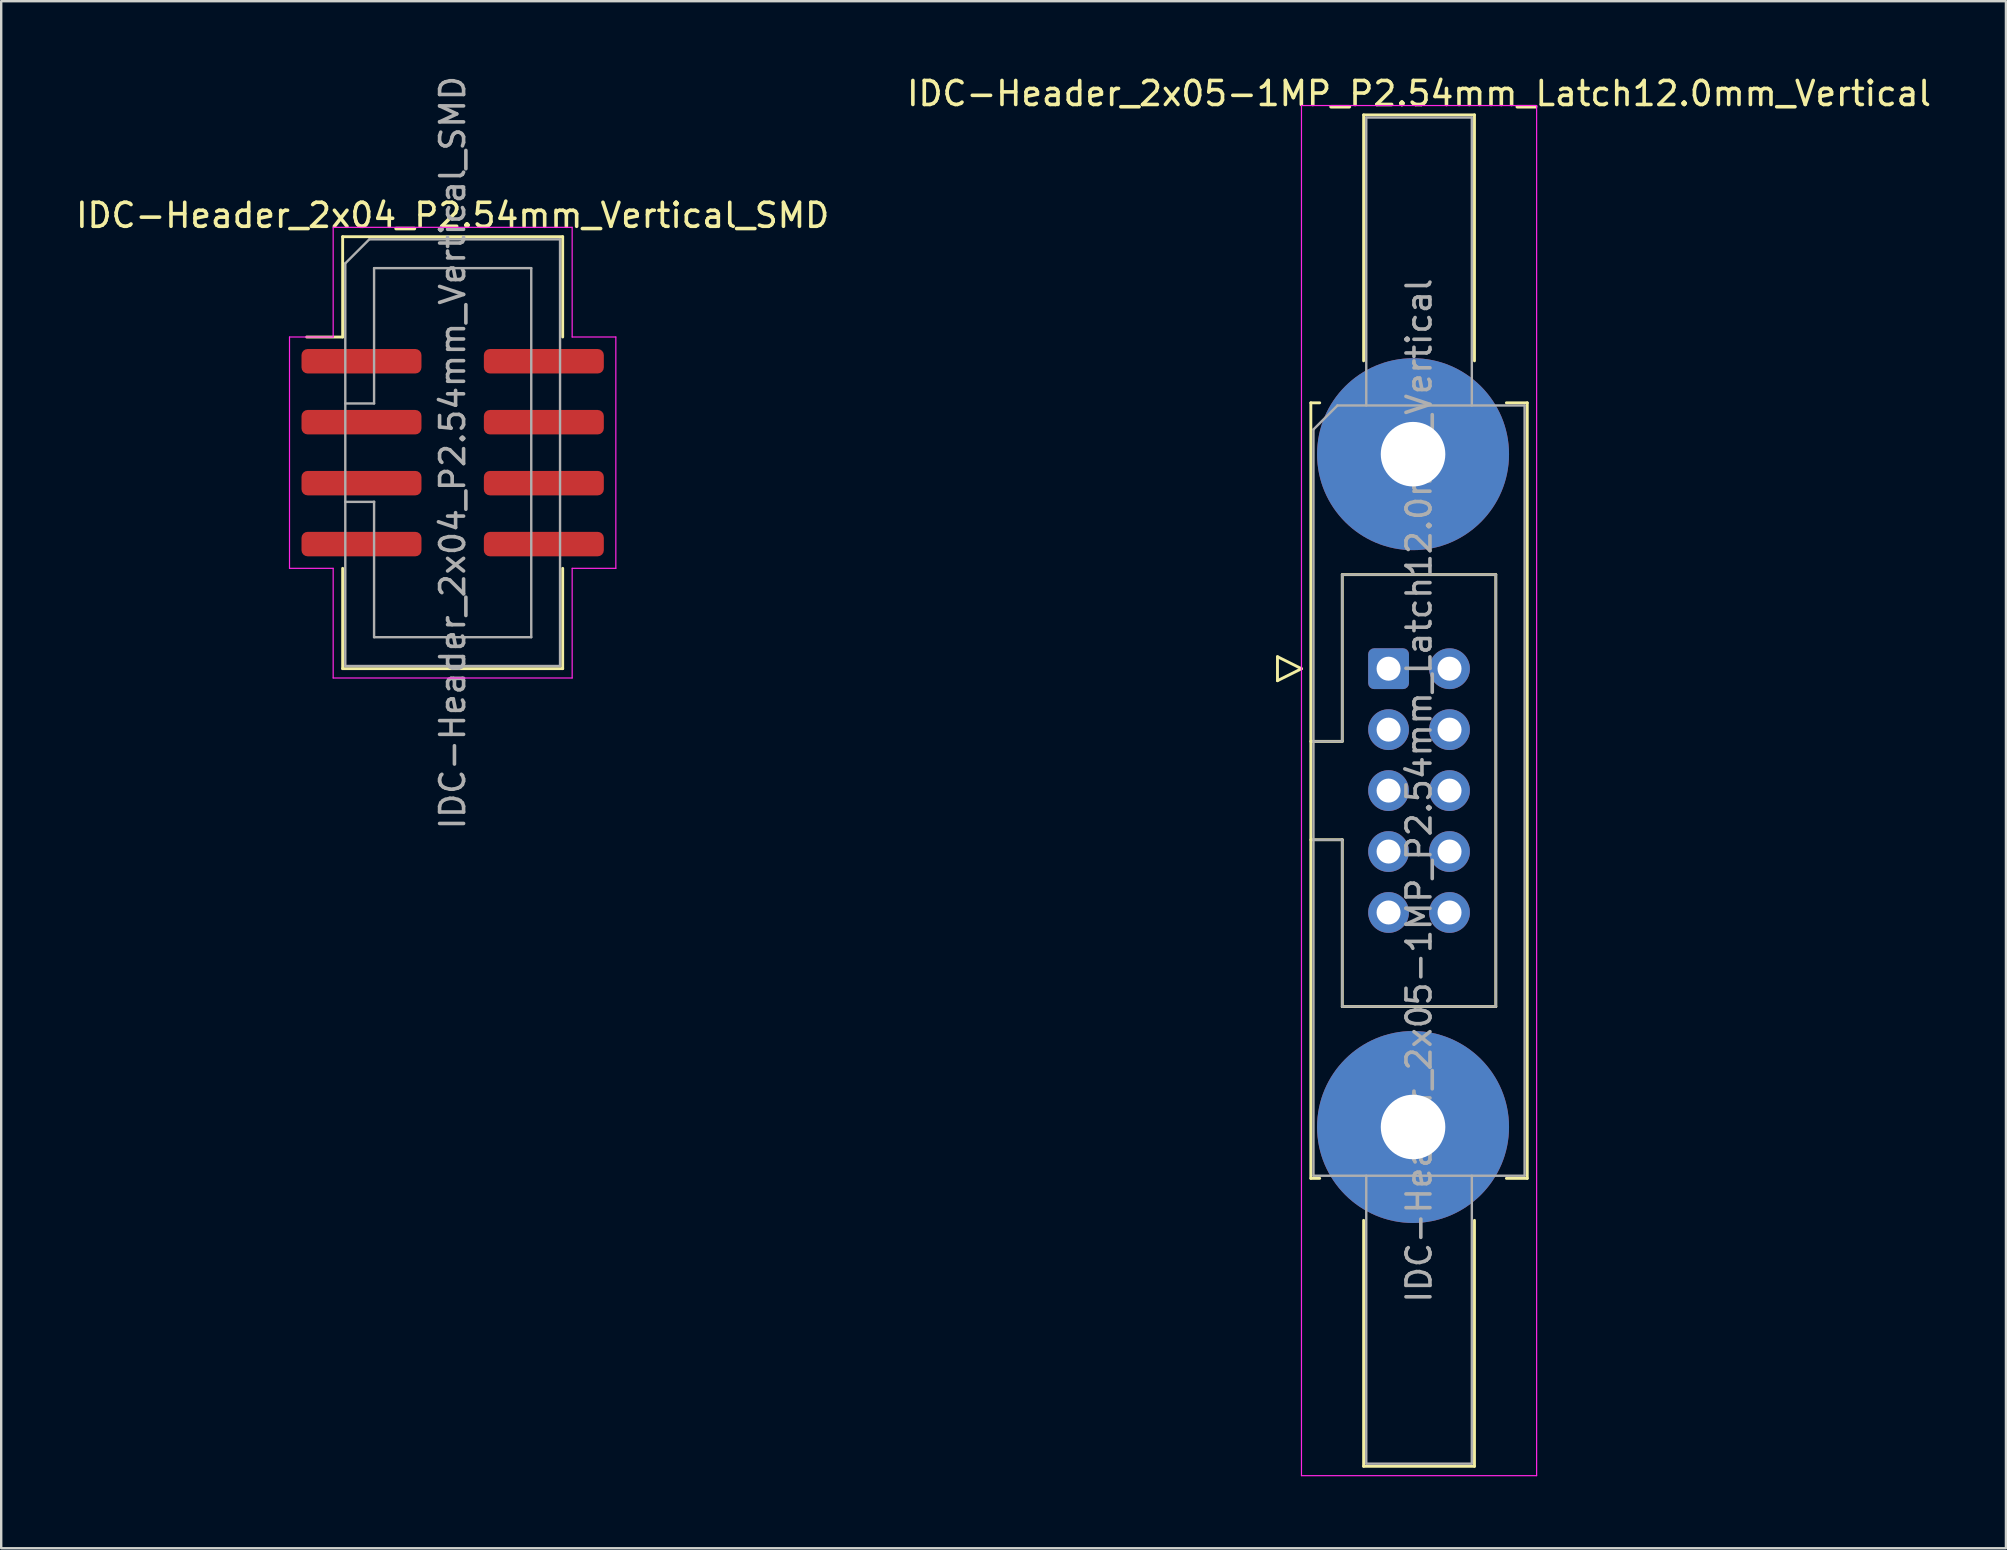
<source format=kicad_pcb>
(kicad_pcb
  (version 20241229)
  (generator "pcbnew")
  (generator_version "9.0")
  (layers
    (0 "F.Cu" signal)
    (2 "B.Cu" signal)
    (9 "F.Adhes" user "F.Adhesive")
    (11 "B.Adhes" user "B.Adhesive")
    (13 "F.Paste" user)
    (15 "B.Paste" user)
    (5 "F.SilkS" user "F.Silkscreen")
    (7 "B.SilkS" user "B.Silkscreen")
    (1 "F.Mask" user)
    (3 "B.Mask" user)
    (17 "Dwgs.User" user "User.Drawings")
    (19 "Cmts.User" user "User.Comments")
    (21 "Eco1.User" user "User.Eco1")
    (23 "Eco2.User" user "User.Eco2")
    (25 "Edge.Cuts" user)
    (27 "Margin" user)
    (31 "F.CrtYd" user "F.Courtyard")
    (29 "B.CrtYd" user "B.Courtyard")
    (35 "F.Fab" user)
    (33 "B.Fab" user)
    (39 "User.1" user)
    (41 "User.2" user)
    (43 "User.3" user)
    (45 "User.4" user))
  (footprint "IDC-Header_2x05-1MP_P2.54mm_Latch12.0mm_Vertical"
    (layer "F.Cu")
    (at 54.819 24.818)
    (property "Reference" "IDC-Header_2x05-1MP_P2.54mm_Latch12.0mm_Vertical" (at 1.27 -23.97 0) (layer "F.SilkS") (effects (font (size 1 1) (thickness 0.15))))
    (attr through_hole)
    (fp_line (start -4.63 -0.5) (end -4.63 0.5) (stroke (width 0.12) (type solid)) (layer "F.SilkS"))
    (fp_line (start -4.63 0.5) (end -3.63 0) (stroke (width 0.12) (type solid)) (layer "F.SilkS"))
    (fp_line (start -3.63 0) (end -4.63 -0.5) (stroke (width 0.12) (type solid)) (layer "F.SilkS"))
    (fp_line (start -3.24 -11.08) (end -3.24 21.24) (stroke (width 0.12) (type solid)) (layer "F.SilkS"))
    (fp_line (start -3.24 3.03) (end -1.93 3.03) (stroke (width 0.12) (type solid)) (layer "F.SilkS"))
    (fp_line (start -3.24 21.24) (end -2.87 21.24) (stroke (width 0.12) (type solid)) (layer "F.SilkS"))
    (fp_line (start -2.87 -11.08) (end -3.24 -11.08) (stroke (width 0.12) (type solid)) (layer "F.SilkS"))
    (fp_line (start -1.93 -3.92) (end 4.47 -3.92) (stroke (width 0.12) (type solid)) (layer "F.SilkS"))
    (fp_line (start -1.93 3.03) (end -1.93 -3.92) (stroke (width 0.12) (type solid)) (layer "F.SilkS"))
    (fp_line (start -1.93 7.13) (end -3.24 7.13) (stroke (width 0.12) (type solid)) (layer "F.SilkS"))
    (fp_line (start -1.93 7.13) (end -1.93 7.13) (stroke (width 0.12) (type solid)) (layer "F.SilkS"))
    (fp_line (start -1.93 14.08) (end -1.93 7.13) (stroke (width 0.12) (type solid)) (layer "F.SilkS"))
    (fp_line (start -1.04 -23.08) (end 3.58 -23.08) (stroke (width 0.12) (type solid)) (layer "F.SilkS"))
    (fp_line (start -1.04 -12.83) (end -1.04 -23.08) (stroke (width 0.12) (type solid)) (layer "F.SilkS"))
    (fp_line (start -1.04 22.99) (end -1.04 33.24) (stroke (width 0.12) (type solid)) (layer "F.SilkS"))
    (fp_line (start -1.04 33.24) (end 3.58 33.24) (stroke (width 0.12) (type solid)) (layer "F.SilkS"))
    (fp_line (start 3.58 -23.08) (end 3.58 -12.83) (stroke (width 0.12) (type solid)) (layer "F.SilkS"))
    (fp_line (start 3.58 33.24) (end 3.58 22.99) (stroke (width 0.12) (type solid)) (layer "F.SilkS"))
    (fp_line (start 4.47 -3.92) (end 4.47 14.08) (stroke (width 0.12) (type solid)) (layer "F.SilkS"))
    (fp_line (start 4.47 14.08) (end -1.93 14.08) (stroke (width 0.12) (type solid)) (layer "F.SilkS"))
    (fp_line (start 4.91 -11.08) (end 5.78 -11.08) (stroke (width 0.12) (type solid)) (layer "F.SilkS"))
    (fp_line (start 5.78 -11.08) (end 5.78 21.24) (stroke (width 0.12) (type solid)) (layer "F.SilkS"))
    (fp_line (start 5.78 21.24) (end 4.91 21.24) (stroke (width 0.12) (type solid)) (layer "F.SilkS"))
    (fp_line (start -3.63 -23.47) (end -3.63 33.63) (stroke (width 0.05) (type solid)) (layer "F.CrtYd"))
    (fp_line (start -3.63 33.63) (end 6.17 33.63) (stroke (width 0.05) (type solid)) (layer "F.CrtYd"))
    (fp_line (start 6.17 -23.47) (end -3.63 -23.47) (stroke (width 0.05) (type solid)) (layer "F.CrtYd"))
    (fp_line (start 6.17 33.63) (end 6.17 -23.47) (stroke (width 0.05) (type solid)) (layer "F.CrtYd"))
    (fp_line (start -3.13 -9.97) (end -2.13 -10.97) (stroke (width 0.1) (type solid)) (layer "F.Fab"))
    (fp_line (start -3.13 3.03) (end -1.93 3.03) (stroke (width 0.1) (type solid)) (layer "F.Fab"))
    (fp_line (start -3.13 21.13) (end -3.13 -9.97) (stroke (width 0.1) (type solid)) (layer "F.Fab"))
    (fp_line (start -2.13 -10.97) (end 5.67 -10.97) (stroke (width 0.1) (type solid)) (layer "F.Fab"))
    (fp_line (start -1.93 -3.92) (end 4.47 -3.92) (stroke (width 0.1) (type solid)) (layer "F.Fab"))
    (fp_line (start -1.93 3.03) (end -1.93 -3.92) (stroke (width 0.1) (type solid)) (layer "F.Fab"))
    (fp_line (start -1.93 7.13) (end -3.13 7.13) (stroke (width 0.1) (type solid)) (layer "F.Fab"))
    (fp_line (start -1.93 7.13) (end -1.93 7.13) (stroke (width 0.1) (type solid)) (layer "F.Fab"))
    (fp_line (start -1.93 14.08) (end -1.93 7.13) (stroke (width 0.1) (type solid)) (layer "F.Fab"))
    (fp_line (start -0.93 -22.97) (end 3.47 -22.97) (stroke (width 0.1) (type solid)) (layer "F.Fab"))
    (fp_line (start -0.93 -10.97) (end -0.93 -22.97) (stroke (width 0.1) (type solid)) (layer "F.Fab"))
    (fp_line (start -0.93 21.13) (end -0.93 33.13) (stroke (width 0.1) (type solid)) (layer "F.Fab"))
    (fp_line (start -0.93 33.13) (end 3.47 33.13) (stroke (width 0.1) (type solid)) (layer "F.Fab"))
    (fp_line (start 3.47 -22.97) (end 3.47 -10.97) (stroke (width 0.1) (type solid)) (layer "F.Fab"))
    (fp_line (start 3.47 33.13) (end 3.47 21.13) (stroke (width 0.1) (type solid)) (layer "F.Fab"))
    (fp_line (start 4.47 -3.92) (end 4.47 14.08) (stroke (width 0.1) (type solid)) (layer "F.Fab"))
    (fp_line (start 4.47 14.08) (end -1.93 14.08) (stroke (width 0.1) (type solid)) (layer "F.Fab"))
    (fp_line (start 5.67 -10.97) (end 5.67 21.13) (stroke (width 0.1) (type solid)) (layer "F.Fab"))
    (fp_line (start 5.67 21.13) (end -3.13 21.13) (stroke (width 0.1) (type solid)) (layer "F.Fab"))
    (fp_text user "${REFERENCE}" (at 1.27 5.08 90) (layer "F.Fab") (effects (font (size 1 1) (thickness 0.15))))
    (pad "1" thru_hole roundrect (at 0 0) (size 1.7 1.7) (drill 1) (layers "*.Cu" "*.Mask") (roundrect_rratio 0.147))
    (pad "2" thru_hole circle (at 2.54 0) (size 1.7 1.7) (drill 1) (layers "*.Cu" "*.Mask"))
    (pad "3" thru_hole circle (at 0 2.54) (size 1.7 1.7) (drill 1) (layers "*.Cu" "*.Mask"))
    (pad "4" thru_hole circle (at 2.54 2.54) (size 1.7 1.7) (drill 1) (layers "*.Cu" "*.Mask"))
    (pad "5" thru_hole circle (at 0 5.08) (size 1.7 1.7) (drill 1) (layers "*.Cu" "*.Mask"))
    (pad "6" thru_hole circle (at 2.54 5.08) (size 1.7 1.7) (drill 1) (layers "*.Cu" "*.Mask"))
    (pad "7" thru_hole circle (at 0 7.62) (size 1.7 1.7) (drill 1) (layers "*.Cu" "*.Mask"))
    (pad "8" thru_hole circle (at 2.54 7.62) (size 1.7 1.7) (drill 1) (layers "*.Cu" "*.Mask"))
    (pad "9" thru_hole circle (at 0 10.16) (size 1.7 1.7) (drill 1) (layers "*.Cu" "*.Mask"))
    (pad "10" thru_hole circle (at 2.54 10.16) (size 1.7 1.7) (drill 1) (layers "*.Cu" "*.Mask"))
    (pad "MP" thru_hole circle (at 1.02 -8.94) (size 8 8) (drill 2.69) (layers "*.Cu" "*.Mask"))
    (pad "MP" thru_hole circle (at 1.02 19.1) (size 8 8) (drill 2.69) (layers "*.Cu" "*.Mask")))
  (footprint "IDC-Header_2x04_P2.54mm_Vertical_SMD"
    (layer "F.Cu")
    (at 15.815 15.815)
    (property "Reference" "IDC-Header_2x04_P2.54mm_Vertical_SMD" (at 0 -9.89 0) (layer "F.SilkS") (effects (font (size 1 1) (thickness 0.15))))
    (attr smd)
    (fp_line (start -4.585 -9) (end 4.585 -9) (stroke (width 0.12) (type solid)) (layer "F.SilkS"))
    (fp_line (start -4.585 -4.82) (end -6.085 -4.82) (stroke (width 0.12) (type solid)) (layer "F.SilkS"))
    (fp_line (start -4.585 -4.82) (end -4.585 -9) (stroke (width 0.12) (type solid)) (layer "F.SilkS"))
    (fp_line (start -4.585 4.82) (end -4.585 9) (stroke (width 0.12) (type solid)) (layer "F.SilkS"))
    (fp_line (start -4.585 9) (end 4.585 9) (stroke (width 0.12) (type solid)) (layer "F.SilkS"))
    (fp_line (start 4.585 -9) (end 4.585 -4.82) (stroke (width 0.12) (type solid)) (layer "F.SilkS"))
    (fp_line (start 4.585 9) (end 4.585 4.82) (stroke (width 0.12) (type solid)) (layer "F.SilkS"))
    (fp_line (start -6.8 -4.82) (end -6.8 4.82) (stroke (width 0.05) (type solid)) (layer "F.CrtYd"))
    (fp_line (start -6.8 4.82) (end -4.98 4.82) (stroke (width 0.05) (type solid)) (layer "F.CrtYd"))
    (fp_line (start -4.98 -9.39) (end -4.98 -4.82) (stroke (width 0.05) (type solid)) (layer "F.CrtYd"))
    (fp_line (start -4.98 -4.82) (end -6.8 -4.82) (stroke (width 0.05) (type solid)) (layer "F.CrtYd"))
    (fp_line (start -4.98 4.82) (end -4.98 9.39) (stroke (width 0.05) (type solid)) (layer "F.CrtYd"))
    (fp_line (start -4.98 9.39) (end 4.98 9.39) (stroke (width 0.05) (type solid)) (layer "F.CrtYd"))
    (fp_line (start 4.98 -9.39) (end -4.98 -9.39) (stroke (width 0.05) (type solid)) (layer "F.CrtYd"))
    (fp_line (start 4.98 -4.82) (end 4.98 -9.39) (stroke (width 0.05) (type solid)) (layer "F.CrtYd"))
    (fp_line (start 4.98 4.82) (end 6.8 4.82) (stroke (width 0.05) (type solid)) (layer "F.CrtYd"))
    (fp_line (start 4.98 9.39) (end 4.98 4.82) (stroke (width 0.05) (type solid)) (layer "F.CrtYd"))
    (fp_line (start 6.8 -4.82) (end 4.98 -4.82) (stroke (width 0.05) (type solid)) (layer "F.CrtYd"))
    (fp_line (start 6.8 4.82) (end 6.8 -4.82) (stroke (width 0.05) (type solid)) (layer "F.CrtYd"))
    (fp_line (start -4.475 -7.89) (end -3.475 -8.89) (stroke (width 0.1) (type solid)) (layer "F.Fab"))
    (fp_line (start -4.475 -2.05) (end -3.275 -2.05) (stroke (width 0.1) (type solid)) (layer "F.Fab"))
    (fp_line (start -4.475 8.89) (end -4.475 -7.89) (stroke (width 0.1) (type solid)) (layer "F.Fab"))
    (fp_line (start -3.475 -8.89) (end 4.475 -8.89) (stroke (width 0.1) (type solid)) (layer "F.Fab"))
    (fp_line (start -3.275 -7.69) (end 3.275 -7.69) (stroke (width 0.1) (type solid)) (layer "F.Fab"))
    (fp_line (start -3.275 -2.05) (end -3.275 -7.69) (stroke (width 0.1) (type solid)) (layer "F.Fab"))
    (fp_line (start -3.275 2.05) (end -4.475 2.05) (stroke (width 0.1) (type solid)) (layer "F.Fab"))
    (fp_line (start -3.275 2.05) (end -3.275 2.05) (stroke (width 0.1) (type solid)) (layer "F.Fab"))
    (fp_line (start -3.275 7.69) (end -3.275 2.05) (stroke (width 0.1) (type solid)) (layer "F.Fab"))
    (fp_line (start 3.275 -7.69) (end 3.275 7.69) (stroke (width 0.1) (type solid)) (layer "F.Fab"))
    (fp_line (start 3.275 7.69) (end -3.275 7.69) (stroke (width 0.1) (type solid)) (layer "F.Fab"))
    (fp_line (start 4.475 -8.89) (end 4.475 8.89) (stroke (width 0.1) (type solid)) (layer "F.Fab"))
    (fp_line (start 4.475 8.89) (end -4.475 8.89) (stroke (width 0.1) (type solid)) (layer "F.Fab"))
    (fp_text user "${REFERENCE}" (at 0 0 90) (layer "F.Fab") (effects (font (size 1 1) (thickness 0.15))))
    (pad "1" smd roundrect (at -3.8 -3.81) (size 5 1.02) (layers "F.Cu" "F.Mask" "F.Paste") (roundrect_rratio 0.25))
    (pad "2" smd roundrect (at 3.8 -3.81) (size 5 1.02) (layers "F.Cu" "F.Mask" "F.Paste") (roundrect_rratio 0.25))
    (pad "3" smd roundrect (at -3.8 -1.27) (size 5 1.02) (layers "F.Cu" "F.Mask" "F.Paste") (roundrect_rratio 0.25))
    (pad "4" smd roundrect (at 3.8 -1.27) (size 5 1.02) (layers "F.Cu" "F.Mask" "F.Paste") (roundrect_rratio 0.25))
    (pad "5" smd roundrect (at -3.8 1.27) (size 5 1.02) (layers "F.Cu" "F.Mask" "F.Paste") (roundrect_rratio 0.25))
    (pad "6" smd roundrect (at 3.8 1.27) (size 5 1.02) (layers "F.Cu" "F.Mask" "F.Paste") (roundrect_rratio 0.25))
    (pad "7" smd roundrect (at -3.8 3.81) (size 5 1.02) (layers "F.Cu" "F.Mask" "F.Paste") (roundrect_rratio 0.25))
    (pad "8" smd roundrect (at 3.8 3.81) (size 5 1.02) (layers "F.Cu" "F.Mask" "F.Paste") (roundrect_rratio 0.25)))
  (gr_rect
    (start -3 -3)
    (end 80.548 61.473)
    (stroke (width 0.1) (type default))
    (fill no)
    (layer "Edge.Cuts")))
</source>
